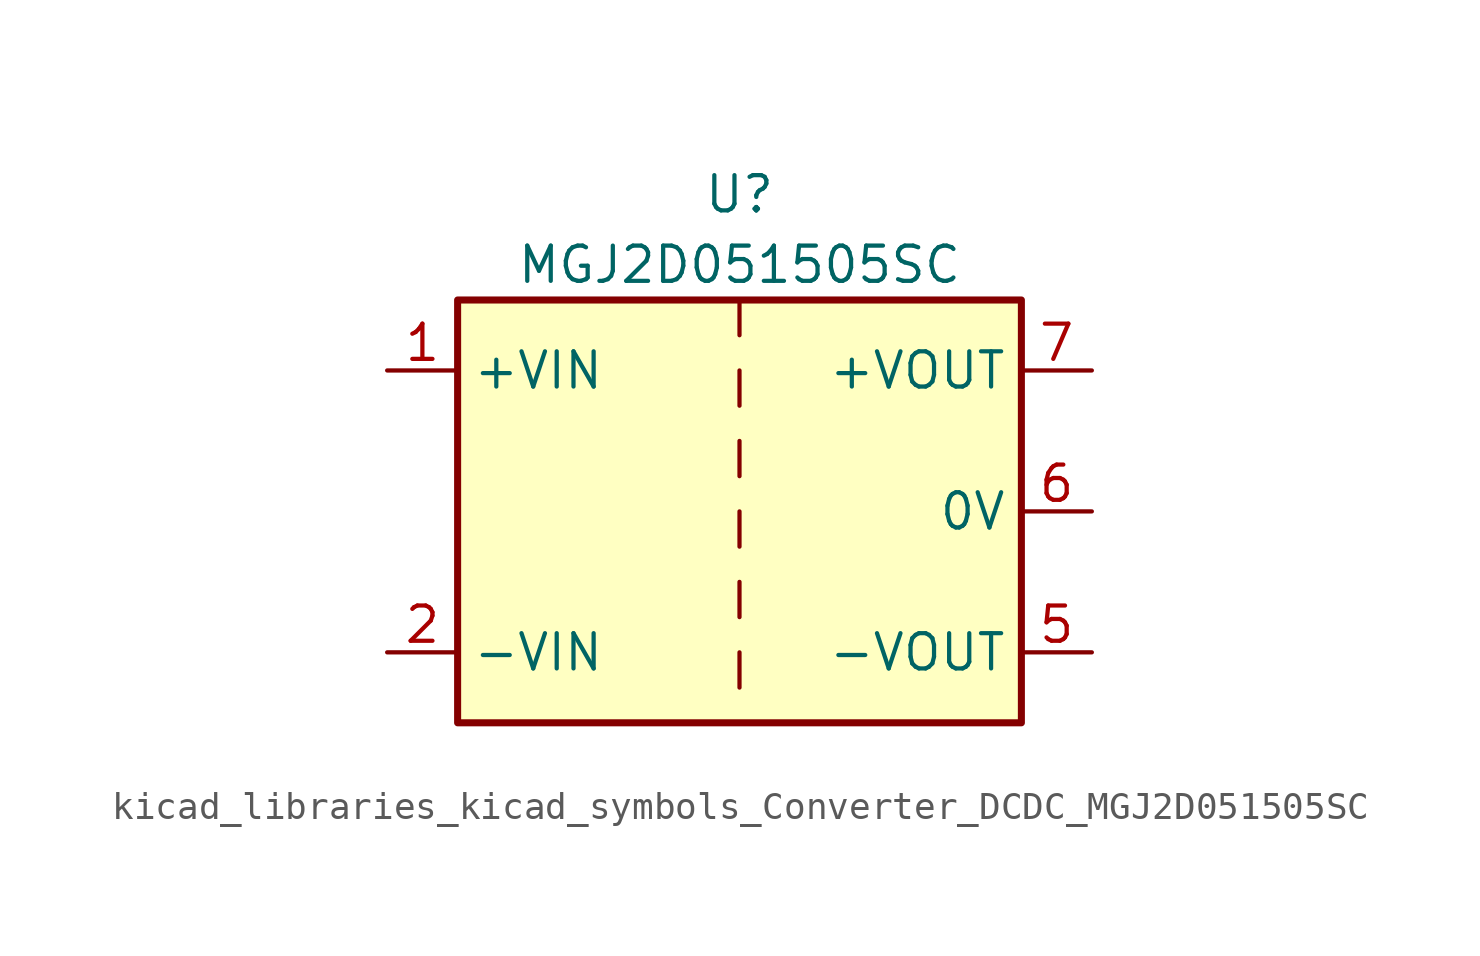
<source format=kicad_sym>
(kicad_symbol_lib
  (version 20220914)
  (generator kicad_symbol_editor)
  (symbol "kicad_libraries_kicad_symbols_Converter_DCDC_MGJ2D051505SC"
    (property "Reference" "U"
      (at 0 11.43 0)
      (effects (font (size 1.27 1.27))))
    (property "Value" "MGJ2D051505SC"
      (at 0 8.89 0)
      (effects (font (size 1.27 1.27))))
    (symbol "kicad_libraries_kicad_symbols_Converter_DCDC_MGJ2D051505SC_0_1"
      (rectangle (start -10.16 7.62) (end 10.16 -7.62) (stroke (width 0.254) (type default)) (fill (type background)))
      (polyline (pts (xy 0 -5.08) (xy 0 -6.35)) (stroke (width 0) (type default)) (fill (type none)))
      (polyline (pts (xy 0 -2.54) (xy 0 -3.81)) (stroke (width 0) (type default)) (fill (type none)))
      (polyline (pts (xy 0 0) (xy 0 -1.27)) (stroke (width 0) (type default)) (fill (type none)))
      (polyline (pts (xy 0 2.54) (xy 0 1.27)) (stroke (width 0) (type default)) (fill (type none)))
      (polyline (pts (xy 0 5.08) (xy 0 3.81)) (stroke (width 0) (type default)) (fill (type none)))
      (polyline (pts (xy 0 7.62) (xy 0 6.35)) (stroke (width 0) (type default)) (fill (type none))))
    (symbol "kicad_libraries_kicad_symbols_Converter_DCDC_MGJ2D051505SC_1_1"
      (pin power_in line (at -12.7 5.08 0) (length 2.54) (name "+VIN" (effects (font (size 1.27 1.27)))) (number "1" (effects (font (size 1.27 1.27)))))
      (pin power_in line (at -12.7 -5.08 0) (length 2.54) (name "-VIN" (effects (font (size 1.27 1.27)))) (number "2" (effects (font (size 1.27 1.27)))))
      (pin power_out line (at 12.7 -5.08 180) (length 2.54) (name "-VOUT" (effects (font (size 1.27 1.27)))) (number "5" (effects (font (size 1.27 1.27)))))
      (pin power_out line (at 12.7 0 180) (length 2.54) (name "0V" (effects (font (size 1.27 1.27)))) (number "6" (effects (font (size 1.27 1.27)))))
      (pin power_out line (at 12.7 5.08 180) (length 2.54) (name "+VOUT" (effects (font (size 1.27 1.27)))) (number "7" (effects (font (size 1.27 1.27))))))))
</source>
